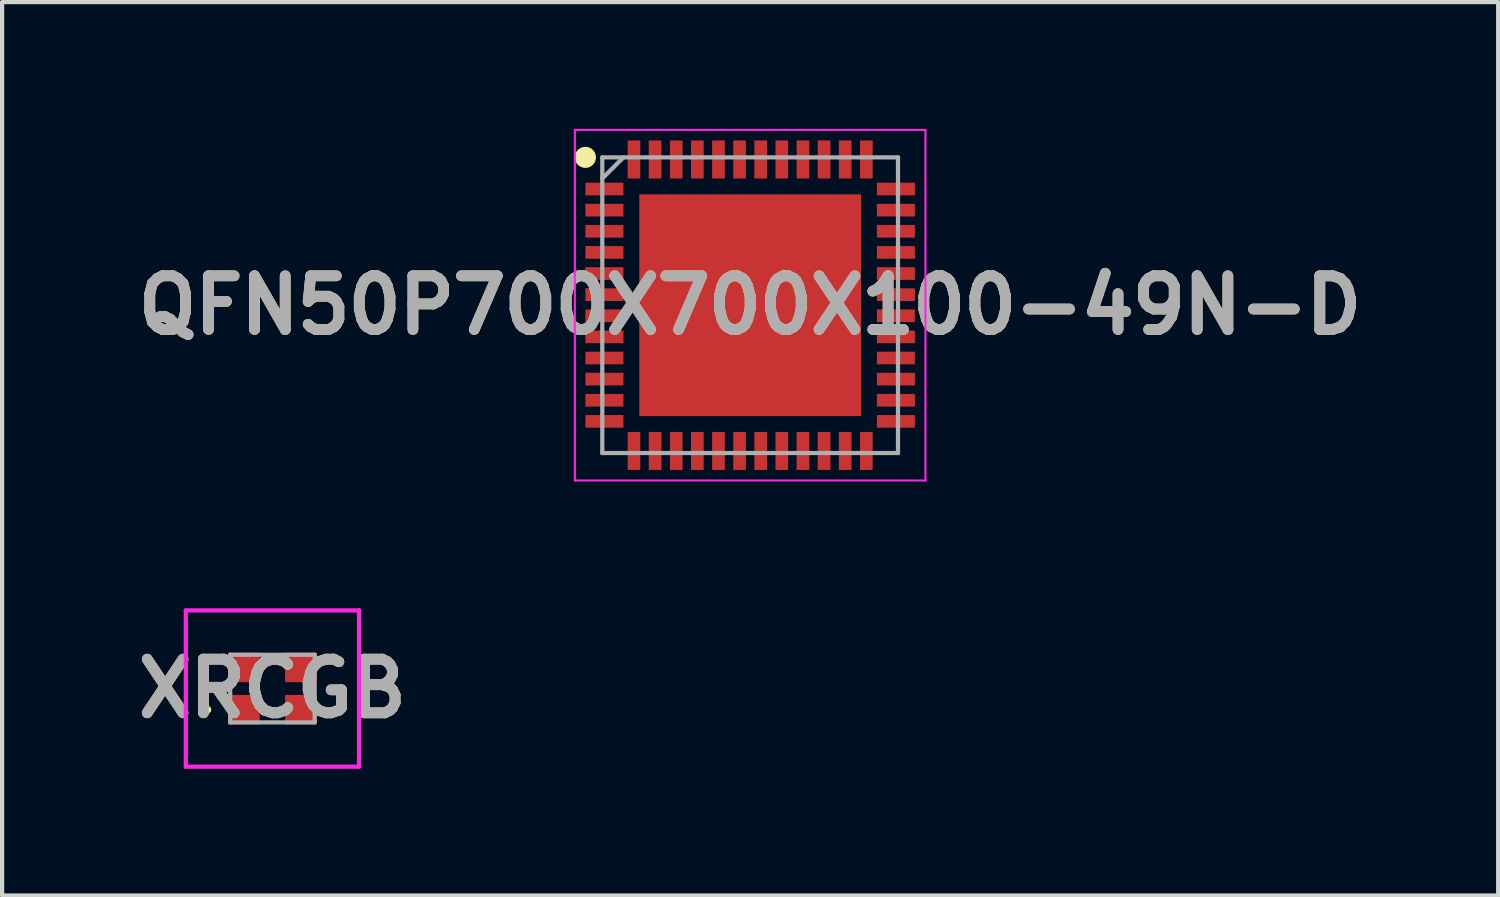
<source format=kicad_pcb>
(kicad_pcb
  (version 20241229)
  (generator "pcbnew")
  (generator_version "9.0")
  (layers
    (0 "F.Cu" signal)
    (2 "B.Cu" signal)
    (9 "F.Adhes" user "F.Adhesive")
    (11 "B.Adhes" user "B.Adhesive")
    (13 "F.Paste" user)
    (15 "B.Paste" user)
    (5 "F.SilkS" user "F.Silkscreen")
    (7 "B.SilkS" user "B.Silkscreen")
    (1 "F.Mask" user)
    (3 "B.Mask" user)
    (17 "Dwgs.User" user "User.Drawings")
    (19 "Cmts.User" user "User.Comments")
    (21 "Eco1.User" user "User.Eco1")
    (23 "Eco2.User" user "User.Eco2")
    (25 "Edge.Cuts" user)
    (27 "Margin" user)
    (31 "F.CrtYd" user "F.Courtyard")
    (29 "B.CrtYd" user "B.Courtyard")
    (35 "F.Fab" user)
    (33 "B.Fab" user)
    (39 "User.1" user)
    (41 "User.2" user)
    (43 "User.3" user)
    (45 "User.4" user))
  (footprint "QFN50P700X700X100-49N-D"
    (layer "F.Cu")
    (at 14.708 4.175)
    (property "Reference" "QFN50P700X700X100-49N-D" (at 0 0 0) (layer "F.SilkS") (effects (font (size 1.27 1.27) (thickness 0.254))))
    (attr smd)
    (fp_circle (center -3.9 -3.5) (end -3.9 -3.375) (stroke (width 0.25) (type solid)) (fill no) (layer "F.SilkS"))
    (fp_line (start -4.15 -4.15) (end 4.15 -4.15) (stroke (width 0.05) (type solid)) (layer "F.CrtYd"))
    (fp_line (start -4.15 4.15) (end -4.15 -4.15) (stroke (width 0.05) (type solid)) (layer "F.CrtYd"))
    (fp_line (start 4.15 -4.15) (end 4.15 4.15) (stroke (width 0.05) (type solid)) (layer "F.CrtYd"))
    (fp_line (start 4.15 4.15) (end -4.15 4.15) (stroke (width 0.05) (type solid)) (layer "F.CrtYd"))
    (fp_line (start -3.5 -3.5) (end 3.5 -3.5) (stroke (width 0.1) (type solid)) (layer "F.Fab"))
    (fp_line (start -3.5 -3) (end -3 -3.5) (stroke (width 0.1) (type solid)) (layer "F.Fab"))
    (fp_line (start -3.5 3.5) (end -3.5 -3.5) (stroke (width 0.1) (type solid)) (layer "F.Fab"))
    (fp_line (start 3.5 -3.5) (end 3.5 3.5) (stroke (width 0.1) (type solid)) (layer "F.Fab"))
    (fp_line (start 3.5 3.5) (end -3.5 3.5) (stroke (width 0.1) (type solid)) (layer "F.Fab"))
    (fp_text user "${REFERENCE}" (at 0 0 0) (layer "F.Fab") (effects (font (size 1.27 1.27) (thickness 0.254))))
    (pad "1" smd rect (at -3.45 -2.75 90) (size 0.3 0.9) (layers "F.Cu" "F.Mask" "F.Paste"))
    (pad "2" smd rect (at -3.45 -2.25 90) (size 0.3 0.9) (layers "F.Cu" "F.Mask" "F.Paste"))
    (pad "3" smd rect (at -3.45 -1.75 90) (size 0.3 0.9) (layers "F.Cu" "F.Mask" "F.Paste"))
    (pad "4" smd rect (at -3.45 -1.25 90) (size 0.3 0.9) (layers "F.Cu" "F.Mask" "F.Paste"))
    (pad "5" smd rect (at -3.45 -0.75 90) (size 0.3 0.9) (layers "F.Cu" "F.Mask" "F.Paste"))
    (pad "6" smd rect (at -3.45 -0.25 90) (size 0.3 0.9) (layers "F.Cu" "F.Mask" "F.Paste"))
    (pad "7" smd rect (at -3.45 0.25 90) (size 0.3 0.9) (layers "F.Cu" "F.Mask" "F.Paste"))
    (pad "8" smd rect (at -3.45 0.75 90) (size 0.3 0.9) (layers "F.Cu" "F.Mask" "F.Paste"))
    (pad "9" smd rect (at -3.45 1.25 90) (size 0.3 0.9) (layers "F.Cu" "F.Mask" "F.Paste"))
    (pad "10" smd rect (at -3.45 1.75 90) (size 0.3 0.9) (layers "F.Cu" "F.Mask" "F.Paste"))
    (pad "11" smd rect (at -3.45 2.25 90) (size 0.3 0.9) (layers "F.Cu" "F.Mask" "F.Paste"))
    (pad "12" smd rect (at -3.45 2.75 90) (size 0.3 0.9) (layers "F.Cu" "F.Mask" "F.Paste"))
    (pad "13" smd rect (at -2.75 3.45) (size 0.3 0.9) (layers "F.Cu" "F.Mask" "F.Paste"))
    (pad "14" smd rect (at -2.25 3.45) (size 0.3 0.9) (layers "F.Cu" "F.Mask" "F.Paste"))
    (pad "15" smd rect (at -1.75 3.45) (size 0.3 0.9) (layers "F.Cu" "F.Mask" "F.Paste"))
    (pad "16" smd rect (at -1.25 3.45) (size 0.3 0.9) (layers "F.Cu" "F.Mask" "F.Paste"))
    (pad "17" smd rect (at -0.75 3.45) (size 0.3 0.9) (layers "F.Cu" "F.Mask" "F.Paste"))
    (pad "18" smd rect (at -0.25 3.45) (size 0.3 0.9) (layers "F.Cu" "F.Mask" "F.Paste"))
    (pad "19" smd rect (at 0.25 3.45) (size 0.3 0.9) (layers "F.Cu" "F.Mask" "F.Paste"))
    (pad "20" smd rect (at 0.75 3.45) (size 0.3 0.9) (layers "F.Cu" "F.Mask" "F.Paste"))
    (pad "21" smd rect (at 1.25 3.45) (size 0.3 0.9) (layers "F.Cu" "F.Mask" "F.Paste"))
    (pad "22" smd rect (at 1.75 3.45) (size 0.3 0.9) (layers "F.Cu" "F.Mask" "F.Paste"))
    (pad "23" smd rect (at 2.25 3.45) (size 0.3 0.9) (layers "F.Cu" "F.Mask" "F.Paste"))
    (pad "24" smd rect (at 2.75 3.45) (size 0.3 0.9) (layers "F.Cu" "F.Mask" "F.Paste"))
    (pad "25" smd rect (at 3.45 2.75 90) (size 0.3 0.9) (layers "F.Cu" "F.Mask" "F.Paste"))
    (pad "26" smd rect (at 3.45 2.25 90) (size 0.3 0.9) (layers "F.Cu" "F.Mask" "F.Paste"))
    (pad "27" smd rect (at 3.45 1.75 90) (size 0.3 0.9) (layers "F.Cu" "F.Mask" "F.Paste"))
    (pad "28" smd rect (at 3.45 1.25 90) (size 0.3 0.9) (layers "F.Cu" "F.Mask" "F.Paste"))
    (pad "29" smd rect (at 3.45 0.75 90) (size 0.3 0.9) (layers "F.Cu" "F.Mask" "F.Paste"))
    (pad "30" smd rect (at 3.45 0.25 90) (size 0.3 0.9) (layers "F.Cu" "F.Mask" "F.Paste"))
    (pad "31" smd rect (at 3.45 -0.25 90) (size 0.3 0.9) (layers "F.Cu" "F.Mask" "F.Paste"))
    (pad "32" smd rect (at 3.45 -0.75 90) (size 0.3 0.9) (layers "F.Cu" "F.Mask" "F.Paste"))
    (pad "33" smd rect (at 3.45 -1.25 90) (size 0.3 0.9) (layers "F.Cu" "F.Mask" "F.Paste"))
    (pad "34" smd rect (at 3.45 -1.75 90) (size 0.3 0.9) (layers "F.Cu" "F.Mask" "F.Paste"))
    (pad "35" smd rect (at 3.45 -2.25 90) (size 0.3 0.9) (layers "F.Cu" "F.Mask" "F.Paste"))
    (pad "36" smd rect (at 3.45 -2.75 90) (size 0.3 0.9) (layers "F.Cu" "F.Mask" "F.Paste"))
    (pad "37" smd rect (at 2.75 -3.45) (size 0.3 0.9) (layers "F.Cu" "F.Mask" "F.Paste"))
    (pad "38" smd rect (at 2.25 -3.45) (size 0.3 0.9) (layers "F.Cu" "F.Mask" "F.Paste"))
    (pad "39" smd rect (at 1.75 -3.45) (size 0.3 0.9) (layers "F.Cu" "F.Mask" "F.Paste"))
    (pad "40" smd rect (at 1.25 -3.45) (size 0.3 0.9) (layers "F.Cu" "F.Mask" "F.Paste"))
    (pad "41" smd rect (at 0.75 -3.45) (size 0.3 0.9) (layers "F.Cu" "F.Mask" "F.Paste"))
    (pad "42" smd rect (at 0.25 -3.45) (size 0.3 0.9) (layers "F.Cu" "F.Mask" "F.Paste"))
    (pad "43" smd rect (at -0.25 -3.45) (size 0.3 0.9) (layers "F.Cu" "F.Mask" "F.Paste"))
    (pad "44" smd rect (at -0.75 -3.45) (size 0.3 0.9) (layers "F.Cu" "F.Mask" "F.Paste"))
    (pad "45" smd rect (at -1.25 -3.45) (size 0.3 0.9) (layers "F.Cu" "F.Mask" "F.Paste"))
    (pad "46" smd rect (at -1.75 -3.45) (size 0.3 0.9) (layers "F.Cu" "F.Mask" "F.Paste"))
    (pad "47" smd rect (at -2.25 -3.45) (size 0.3 0.9) (layers "F.Cu" "F.Mask" "F.Paste"))
    (pad "48" smd rect (at -2.75 -3.45) (size 0.3 0.9) (layers "F.Cu" "F.Mask" "F.Paste"))
    (pad "49" smd rect (at 0 0) (size 5.25 5.25) (layers "F.Cu" "F.Mask" "F.Paste")))
  (footprint "XRCGB"
    (layer "F.Cu")
    (at 3.399 13.25)
    (property "Reference" "XRCGB" (at 0 0 0) (layer "F.SilkS") (effects (font (size 1.27 1.27) (thickness 0.254))))
    (attr smd)
    (fp_line (start -1.6 0.5) (end -1.6 0.5) (stroke (width 0.1) (type solid)) (layer "F.SilkS"))
    (fp_line (start -1.5 0.5) (end -1.5 0.5) (stroke (width 0.1) (type solid)) (layer "F.SilkS"))
    (fp_arc (start -1.6 0.5) (mid -1.55 0.45) (end -1.5 0.5) (stroke (width 0.1) (type solid)) (layer "F.SilkS"))
    (fp_arc (start -1.5 0.5) (mid -1.55 0.55) (end -1.6 0.5) (stroke (width 0.1) (type solid)) (layer "F.SilkS"))
    (fp_line (start -2.05 -1.85) (end 2.05 -1.85) (stroke (width 0.1) (type solid)) (layer "F.CrtYd"))
    (fp_line (start -2.05 1.85) (end -2.05 -1.85) (stroke (width 0.1) (type solid)) (layer "F.CrtYd"))
    (fp_line (start 2.05 -1.85) (end 2.05 1.85) (stroke (width 0.1) (type solid)) (layer "F.CrtYd"))
    (fp_line (start 2.05 1.85) (end -2.05 1.85) (stroke (width 0.1) (type solid)) (layer "F.CrtYd"))
    (fp_line (start -1 -0.8) (end -1 0.8) (stroke (width 0.1) (type solid)) (layer "F.Fab"))
    (fp_line (start -1 0.8) (end 1 0.8) (stroke (width 0.1) (type solid)) (layer "F.Fab"))
    (fp_line (start 1 -0.8) (end -1 -0.8) (stroke (width 0.1) (type solid)) (layer "F.Fab"))
    (fp_line (start 1 0.8) (end 1 -0.8) (stroke (width 0.1) (type solid)) (layer "F.Fab"))
    (fp_text user "${REFERENCE}" (at 0 0 0) (layer "F.Fab") (effects (font (size 1.27 1.27) (thickness 0.254))))
    (pad "1" smd rect (at -0.675 0.5 90) (size 0.7 0.75) (layers "F.Cu" "F.Mask" "F.Paste"))
    (pad "2" smd rect (at 0.675 0.5 90) (size 0.7 0.75) (layers "F.Cu" "F.Mask" "F.Paste"))
    (pad "3" smd rect (at 0.675 -0.5 90) (size 0.7 0.75) (layers "F.Cu" "F.Mask" "F.Paste"))
    (pad "4" smd rect (at -0.675 -0.5 90) (size 0.7 0.75) (layers "F.Cu" "F.Mask" "F.Paste")))
  (gr_rect
    (start -3 -3)
    (end 32.416 18.15)
    (stroke (width 0.1) (type default))
    (fill no)
    (layer "Edge.Cuts")))
</source>
